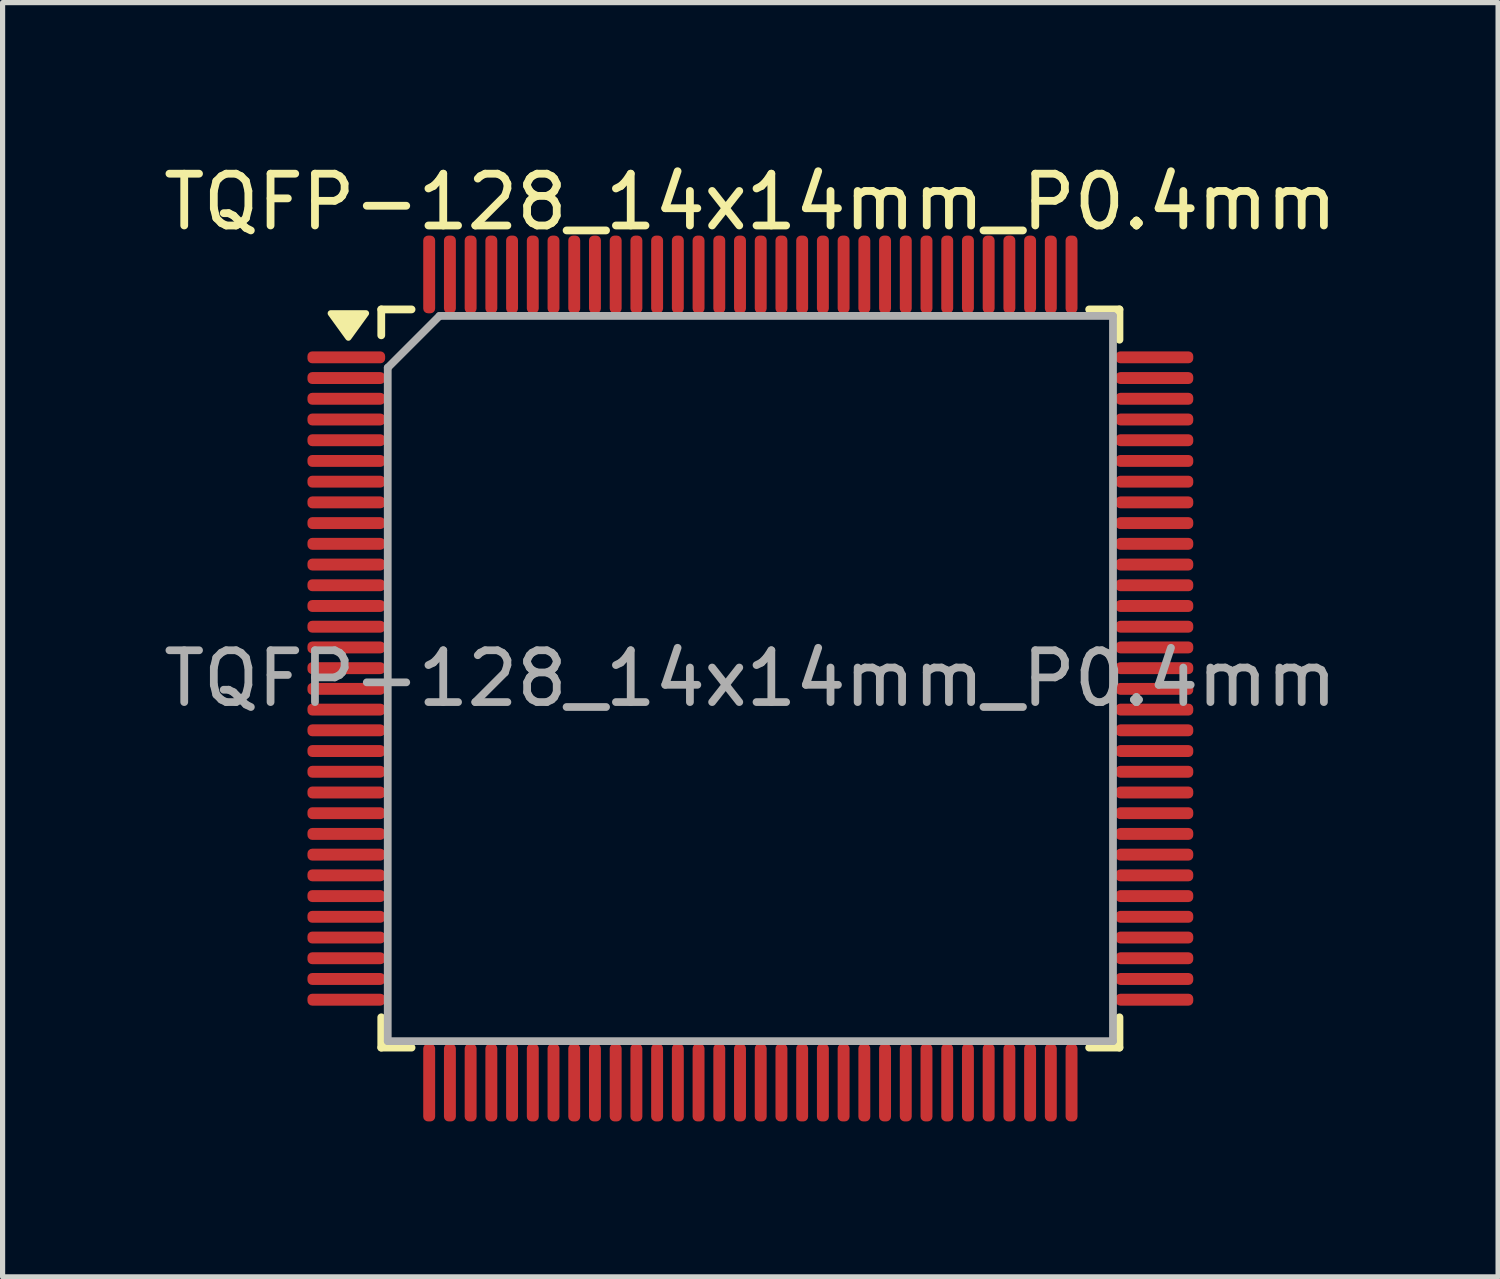
<source format=kicad_pcb>
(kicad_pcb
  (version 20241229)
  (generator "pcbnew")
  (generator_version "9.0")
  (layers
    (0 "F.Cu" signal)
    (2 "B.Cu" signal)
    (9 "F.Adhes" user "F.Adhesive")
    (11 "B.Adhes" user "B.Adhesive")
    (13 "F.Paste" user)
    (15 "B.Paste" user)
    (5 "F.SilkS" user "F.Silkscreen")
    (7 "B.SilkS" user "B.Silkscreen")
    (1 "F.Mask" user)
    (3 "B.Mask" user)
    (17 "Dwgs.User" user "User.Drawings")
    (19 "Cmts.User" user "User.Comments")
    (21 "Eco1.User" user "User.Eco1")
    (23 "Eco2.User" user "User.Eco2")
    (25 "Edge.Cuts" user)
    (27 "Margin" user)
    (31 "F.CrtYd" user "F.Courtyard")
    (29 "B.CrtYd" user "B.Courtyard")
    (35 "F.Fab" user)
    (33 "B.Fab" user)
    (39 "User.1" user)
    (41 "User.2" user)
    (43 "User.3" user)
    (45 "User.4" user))
  (footprint "TQFP-128_14x14mm_P0.4mm"
    (layer "F.Cu")
    (at 11.435 10.048)
    (property "Reference" "TQFP-128_14x14mm_P0.4mm" (at 0 -9.2 0) (layer "F.SilkS") (effects (font (size 1 1) (thickness 0.15))))
    (attr smd)
    (fp_line (start -7.125 -7.125) (end -7.125 -6.625) (stroke (width 0.15) (type solid)) (layer "F.SilkS"))
    (fp_line (start -7.125 -7.125) (end -6.54 -7.125) (stroke (width 0.15) (type solid)) (layer "F.SilkS"))
    (fp_line (start -7.125 7.125) (end -7.125 6.54) (stroke (width 0.15) (type solid)) (layer "F.SilkS"))
    (fp_line (start -7.125 7.125) (end -6.54 7.125) (stroke (width 0.15) (type solid)) (layer "F.SilkS"))
    (fp_line (start 7.125 -7.125) (end 6.54 -7.125) (stroke (width 0.15) (type solid)) (layer "F.SilkS"))
    (fp_line (start 7.125 -7.125) (end 7.125 -6.54) (stroke (width 0.15) (type solid)) (layer "F.SilkS"))
    (fp_line (start 7.125 7.125) (end 6.54 7.125) (stroke (width 0.15) (type solid)) (layer "F.SilkS"))
    (fp_line (start 7.125 7.125) (end 7.125 6.54) (stroke (width 0.15) (type solid)) (layer "F.SilkS"))
    (fp_poly (pts (xy -7.76 -6.58) (xy -8.1 -7.05) (xy -7.42 -7.05) (xy -7.76 -6.58)) (stroke (width 0.12) (type solid)) (fill yes) (layer "F.SilkS"))
    (fp_line (start -7 -6) (end -6 -7) (stroke (width 0.15) (type solid)) (layer "F.Fab"))
    (fp_line (start -7 7) (end -7 -6) (stroke (width 0.15) (type solid)) (layer "F.Fab"))
    (fp_line (start -6 -7) (end 7 -7) (stroke (width 0.15) (type solid)) (layer "F.Fab"))
    (fp_line (start 7 -7) (end 7 7) (stroke (width 0.15) (type solid)) (layer "F.Fab"))
    (fp_line (start 7 7) (end -7 7) (stroke (width 0.15) (type solid)) (layer "F.Fab"))
    (fp_text user "${REFERENCE}" (at 0 0 0) (layer "F.Fab") (effects (font (size 1 1) (thickness 0.15))))
    (pad "1" smd roundrect (at -7.8 -6.2) (size 1.5 0.23) (layers "F.Cu" "F.Mask" "F.Paste") (roundrect_rratio 0.4))
    (pad "2" smd roundrect (at -7.8 -5.8) (size 1.5 0.23) (layers "F.Cu" "F.Mask" "F.Paste") (roundrect_rratio 0.4))
    (pad "3" smd roundrect (at -7.8 -5.4) (size 1.5 0.23) (layers "F.Cu" "F.Mask" "F.Paste") (roundrect_rratio 0.4))
    (pad "4" smd roundrect (at -7.8 -5) (size 1.5 0.23) (layers "F.Cu" "F.Mask" "F.Paste") (roundrect_rratio 0.4))
    (pad "5" smd roundrect (at -7.8 -4.6) (size 1.5 0.23) (layers "F.Cu" "F.Mask" "F.Paste") (roundrect_rratio 0.4))
    (pad "6" smd roundrect (at -7.8 -4.2) (size 1.5 0.23) (layers "F.Cu" "F.Mask" "F.Paste") (roundrect_rratio 0.4))
    (pad "7" smd roundrect (at -7.8 -3.8) (size 1.5 0.23) (layers "F.Cu" "F.Mask" "F.Paste") (roundrect_rratio 0.4))
    (pad "8" smd roundrect (at -7.8 -3.4) (size 1.5 0.23) (layers "F.Cu" "F.Mask" "F.Paste") (roundrect_rratio 0.4))
    (pad "9" smd roundrect (at -7.8 -3) (size 1.5 0.23) (layers "F.Cu" "F.Mask" "F.Paste") (roundrect_rratio 0.4))
    (pad "10" smd roundrect (at -7.8 -2.6) (size 1.5 0.23) (layers "F.Cu" "F.Mask" "F.Paste") (roundrect_rratio 0.4))
    (pad "11" smd roundrect (at -7.8 -2.2) (size 1.5 0.23) (layers "F.Cu" "F.Mask" "F.Paste") (roundrect_rratio 0.4))
    (pad "12" smd roundrect (at -7.8 -1.8) (size 1.5 0.23) (layers "F.Cu" "F.Mask" "F.Paste") (roundrect_rratio 0.4))
    (pad "13" smd roundrect (at -7.8 -1.4) (size 1.5 0.23) (layers "F.Cu" "F.Mask" "F.Paste") (roundrect_rratio 0.4))
    (pad "14" smd roundrect (at -7.8 -1) (size 1.5 0.23) (layers "F.Cu" "F.Mask" "F.Paste") (roundrect_rratio 0.4))
    (pad "15" smd roundrect (at -7.8 -0.6) (size 1.5 0.23) (layers "F.Cu" "F.Mask" "F.Paste") (roundrect_rratio 0.4))
    (pad "16" smd roundrect (at -7.8 -0.2) (size 1.5 0.23) (layers "F.Cu" "F.Mask" "F.Paste") (roundrect_rratio 0.4))
    (pad "17" smd roundrect (at -7.8 0.2) (size 1.5 0.23) (layers "F.Cu" "F.Mask" "F.Paste") (roundrect_rratio 0.4))
    (pad "18" smd roundrect (at -7.8 0.6) (size 1.5 0.23) (layers "F.Cu" "F.Mask" "F.Paste") (roundrect_rratio 0.4))
    (pad "19" smd roundrect (at -7.8 1) (size 1.5 0.23) (layers "F.Cu" "F.Mask" "F.Paste") (roundrect_rratio 0.4))
    (pad "20" smd roundrect (at -7.8 1.4) (size 1.5 0.23) (layers "F.Cu" "F.Mask" "F.Paste") (roundrect_rratio 0.4))
    (pad "21" smd roundrect (at -7.8 1.8) (size 1.5 0.23) (layers "F.Cu" "F.Mask" "F.Paste") (roundrect_rratio 0.4))
    (pad "22" smd roundrect (at -7.8 2.2) (size 1.5 0.23) (layers "F.Cu" "F.Mask" "F.Paste") (roundrect_rratio 0.4))
    (pad "23" smd roundrect (at -7.8 2.6) (size 1.5 0.23) (layers "F.Cu" "F.Mask" "F.Paste") (roundrect_rratio 0.4))
    (pad "24" smd roundrect (at -7.8 3) (size 1.5 0.23) (layers "F.Cu" "F.Mask" "F.Paste") (roundrect_rratio 0.4))
    (pad "25" smd roundrect (at -7.8 3.4) (size 1.5 0.23) (layers "F.Cu" "F.Mask" "F.Paste") (roundrect_rratio 0.4))
    (pad "26" smd roundrect (at -7.8 3.8) (size 1.5 0.23) (layers "F.Cu" "F.Mask" "F.Paste") (roundrect_rratio 0.4))
    (pad "27" smd roundrect (at -7.8 4.2) (size 1.5 0.23) (layers "F.Cu" "F.Mask" "F.Paste") (roundrect_rratio 0.4))
    (pad "28" smd roundrect (at -7.8 4.6) (size 1.5 0.23) (layers "F.Cu" "F.Mask" "F.Paste") (roundrect_rratio 0.4))
    (pad "29" smd roundrect (at -7.8 5) (size 1.5 0.23) (layers "F.Cu" "F.Mask" "F.Paste") (roundrect_rratio 0.4))
    (pad "30" smd roundrect (at -7.8 5.4) (size 1.5 0.23) (layers "F.Cu" "F.Mask" "F.Paste") (roundrect_rratio 0.4))
    (pad "31" smd roundrect (at -7.8 5.8) (size 1.5 0.23) (layers "F.Cu" "F.Mask" "F.Paste") (roundrect_rratio 0.4))
    (pad "32" smd roundrect (at -7.8 6.2) (size 1.5 0.23) (layers "F.Cu" "F.Mask" "F.Paste") (roundrect_rratio 0.4))
    (pad "33" smd roundrect (at -6.2 7.8 90) (size 1.5 0.23) (layers "F.Cu" "F.Mask" "F.Paste") (roundrect_rratio 0.4))
    (pad "34" smd roundrect (at -5.8 7.8 90) (size 1.5 0.23) (layers "F.Cu" "F.Mask" "F.Paste") (roundrect_rratio 0.4))
    (pad "35" smd roundrect (at -5.4 7.8 90) (size 1.5 0.23) (layers "F.Cu" "F.Mask" "F.Paste") (roundrect_rratio 0.4))
    (pad "36" smd roundrect (at -5 7.8 90) (size 1.5 0.23) (layers "F.Cu" "F.Mask" "F.Paste") (roundrect_rratio 0.4))
    (pad "37" smd roundrect (at -4.6 7.8 90) (size 1.5 0.23) (layers "F.Cu" "F.Mask" "F.Paste") (roundrect_rratio 0.4))
    (pad "38" smd roundrect (at -4.2 7.8 90) (size 1.5 0.23) (layers "F.Cu" "F.Mask" "F.Paste") (roundrect_rratio 0.4))
    (pad "39" smd roundrect (at -3.8 7.8 90) (size 1.5 0.23) (layers "F.Cu" "F.Mask" "F.Paste") (roundrect_rratio 0.4))
    (pad "40" smd roundrect (at -3.4 7.8 90) (size 1.5 0.23) (layers "F.Cu" "F.Mask" "F.Paste") (roundrect_rratio 0.4))
    (pad "41" smd roundrect (at -3 7.8 90) (size 1.5 0.23) (layers "F.Cu" "F.Mask" "F.Paste") (roundrect_rratio 0.4))
    (pad "42" smd roundrect (at -2.6 7.8 90) (size 1.5 0.23) (layers "F.Cu" "F.Mask" "F.Paste") (roundrect_rratio 0.4))
    (pad "43" smd roundrect (at -2.2 7.8 90) (size 1.5 0.23) (layers "F.Cu" "F.Mask" "F.Paste") (roundrect_rratio 0.4))
    (pad "44" smd roundrect (at -1.8 7.8 90) (size 1.5 0.23) (layers "F.Cu" "F.Mask" "F.Paste") (roundrect_rratio 0.4))
    (pad "45" smd roundrect (at -1.4 7.8 90) (size 1.5 0.23) (layers "F.Cu" "F.Mask" "F.Paste") (roundrect_rratio 0.4))
    (pad "46" smd roundrect (at -1 7.8 90) (size 1.5 0.23) (layers "F.Cu" "F.Mask" "F.Paste") (roundrect_rratio 0.4))
    (pad "47" smd roundrect (at -0.6 7.8 90) (size 1.5 0.23) (layers "F.Cu" "F.Mask" "F.Paste") (roundrect_rratio 0.4))
    (pad "48" smd roundrect (at -0.2 7.8 90) (size 1.5 0.23) (layers "F.Cu" "F.Mask" "F.Paste") (roundrect_rratio 0.4))
    (pad "49" smd roundrect (at 0.2 7.8 90) (size 1.5 0.23) (layers "F.Cu" "F.Mask" "F.Paste") (roundrect_rratio 0.4))
    (pad "50" smd roundrect (at 0.6 7.8 90) (size 1.5 0.23) (layers "F.Cu" "F.Mask" "F.Paste") (roundrect_rratio 0.4))
    (pad "51" smd roundrect (at 1 7.8 90) (size 1.5 0.23) (layers "F.Cu" "F.Mask" "F.Paste") (roundrect_rratio 0.4))
    (pad "52" smd roundrect (at 1.4 7.8 90) (size 1.5 0.23) (layers "F.Cu" "F.Mask" "F.Paste") (roundrect_rratio 0.4))
    (pad "53" smd roundrect (at 1.8 7.8 90) (size 1.5 0.23) (layers "F.Cu" "F.Mask" "F.Paste") (roundrect_rratio 0.4))
    (pad "54" smd roundrect (at 2.2 7.8 90) (size 1.5 0.23) (layers "F.Cu" "F.Mask" "F.Paste") (roundrect_rratio 0.4))
    (pad "55" smd roundrect (at 2.6 7.8 90) (size 1.5 0.23) (layers "F.Cu" "F.Mask" "F.Paste") (roundrect_rratio 0.4))
    (pad "56" smd roundrect (at 3 7.8 90) (size 1.5 0.23) (layers "F.Cu" "F.Mask" "F.Paste") (roundrect_rratio 0.4))
    (pad "57" smd roundrect (at 3.4 7.8 90) (size 1.5 0.23) (layers "F.Cu" "F.Mask" "F.Paste") (roundrect_rratio 0.4))
    (pad "58" smd roundrect (at 3.8 7.8 90) (size 1.5 0.23) (layers "F.Cu" "F.Mask" "F.Paste") (roundrect_rratio 0.4))
    (pad "59" smd roundrect (at 4.2 7.8 90) (size 1.5 0.23) (layers "F.Cu" "F.Mask" "F.Paste") (roundrect_rratio 0.4))
    (pad "60" smd roundrect (at 4.6 7.8 90) (size 1.5 0.23) (layers "F.Cu" "F.Mask" "F.Paste") (roundrect_rratio 0.4))
    (pad "61" smd roundrect (at 5 7.8 90) (size 1.5 0.23) (layers "F.Cu" "F.Mask" "F.Paste") (roundrect_rratio 0.4))
    (pad "62" smd roundrect (at 5.4 7.8 90) (size 1.5 0.23) (layers "F.Cu" "F.Mask" "F.Paste") (roundrect_rratio 0.4))
    (pad "63" smd roundrect (at 5.8 7.8 90) (size 1.5 0.23) (layers "F.Cu" "F.Mask" "F.Paste") (roundrect_rratio 0.4))
    (pad "64" smd roundrect (at 6.2 7.8 90) (size 1.5 0.23) (layers "F.Cu" "F.Mask" "F.Paste") (roundrect_rratio 0.4))
    (pad "65" smd roundrect (at 7.8 6.2) (size 1.5 0.23) (layers "F.Cu" "F.Mask" "F.Paste") (roundrect_rratio 0.4))
    (pad "66" smd roundrect (at 7.8 5.8) (size 1.5 0.23) (layers "F.Cu" "F.Mask" "F.Paste") (roundrect_rratio 0.4))
    (pad "67" smd roundrect (at 7.8 5.4) (size 1.5 0.23) (layers "F.Cu" "F.Mask" "F.Paste") (roundrect_rratio 0.4))
    (pad "68" smd roundrect (at 7.8 5) (size 1.5 0.23) (layers "F.Cu" "F.Mask" "F.Paste") (roundrect_rratio 0.4))
    (pad "69" smd roundrect (at 7.8 4.6) (size 1.5 0.23) (layers "F.Cu" "F.Mask" "F.Paste") (roundrect_rratio 0.4))
    (pad "70" smd roundrect (at 7.8 4.2) (size 1.5 0.23) (layers "F.Cu" "F.Mask" "F.Paste") (roundrect_rratio 0.4))
    (pad "71" smd roundrect (at 7.8 3.8) (size 1.5 0.23) (layers "F.Cu" "F.Mask" "F.Paste") (roundrect_rratio 0.4))
    (pad "72" smd roundrect (at 7.8 3.4) (size 1.5 0.23) (layers "F.Cu" "F.Mask" "F.Paste") (roundrect_rratio 0.4))
    (pad "73" smd roundrect (at 7.8 3) (size 1.5 0.23) (layers "F.Cu" "F.Mask" "F.Paste") (roundrect_rratio 0.4))
    (pad "74" smd roundrect (at 7.8 2.6) (size 1.5 0.23) (layers "F.Cu" "F.Mask" "F.Paste") (roundrect_rratio 0.4))
    (pad "75" smd roundrect (at 7.8 2.2) (size 1.5 0.23) (layers "F.Cu" "F.Mask" "F.Paste") (roundrect_rratio 0.4))
    (pad "76" smd roundrect (at 7.8 1.8) (size 1.5 0.23) (layers "F.Cu" "F.Mask" "F.Paste") (roundrect_rratio 0.4))
    (pad "77" smd roundrect (at 7.8 1.4) (size 1.5 0.23) (layers "F.Cu" "F.Mask" "F.Paste") (roundrect_rratio 0.4))
    (pad "78" smd roundrect (at 7.8 1) (size 1.5 0.23) (layers "F.Cu" "F.Mask" "F.Paste") (roundrect_rratio 0.4))
    (pad "79" smd roundrect (at 7.8 0.6) (size 1.5 0.23) (layers "F.Cu" "F.Mask" "F.Paste") (roundrect_rratio 0.4))
    (pad "80" smd roundrect (at 7.8 0.2) (size 1.5 0.23) (layers "F.Cu" "F.Mask" "F.Paste") (roundrect_rratio 0.4))
    (pad "81" smd roundrect (at 7.8 -0.2) (size 1.5 0.23) (layers "F.Cu" "F.Mask" "F.Paste") (roundrect_rratio 0.4))
    (pad "82" smd roundrect (at 7.8 -0.6) (size 1.5 0.23) (layers "F.Cu" "F.Mask" "F.Paste") (roundrect_rratio 0.4))
    (pad "83" smd roundrect (at 7.8 -1) (size 1.5 0.23) (layers "F.Cu" "F.Mask" "F.Paste") (roundrect_rratio 0.4))
    (pad "84" smd roundrect (at 7.8 -1.4) (size 1.5 0.23) (layers "F.Cu" "F.Mask" "F.Paste") (roundrect_rratio 0.4))
    (pad "85" smd roundrect (at 7.8 -1.8) (size 1.5 0.23) (layers "F.Cu" "F.Mask" "F.Paste") (roundrect_rratio 0.4))
    (pad "86" smd roundrect (at 7.8 -2.2) (size 1.5 0.23) (layers "F.Cu" "F.Mask" "F.Paste") (roundrect_rratio 0.4))
    (pad "87" smd roundrect (at 7.8 -2.6) (size 1.5 0.23) (layers "F.Cu" "F.Mask" "F.Paste") (roundrect_rratio 0.4))
    (pad "88" smd roundrect (at 7.8 -3) (size 1.5 0.23) (layers "F.Cu" "F.Mask" "F.Paste") (roundrect_rratio 0.4))
    (pad "89" smd roundrect (at 7.8 -3.4) (size 1.5 0.23) (layers "F.Cu" "F.Mask" "F.Paste") (roundrect_rratio 0.4))
    (pad "90" smd roundrect (at 7.8 -3.8) (size 1.5 0.23) (layers "F.Cu" "F.Mask" "F.Paste") (roundrect_rratio 0.4))
    (pad "91" smd roundrect (at 7.8 -4.2) (size 1.5 0.23) (layers "F.Cu" "F.Mask" "F.Paste") (roundrect_rratio 0.4))
    (pad "92" smd roundrect (at 7.8 -4.6) (size 1.5 0.23) (layers "F.Cu" "F.Mask" "F.Paste") (roundrect_rratio 0.4))
    (pad "93" smd roundrect (at 7.8 -5) (size 1.5 0.23) (layers "F.Cu" "F.Mask" "F.Paste") (roundrect_rratio 0.4))
    (pad "94" smd roundrect (at 7.8 -5.4) (size 1.5 0.23) (layers "F.Cu" "F.Mask" "F.Paste") (roundrect_rratio 0.4))
    (pad "95" smd roundrect (at 7.8 -5.8) (size 1.5 0.23) (layers "F.Cu" "F.Mask" "F.Paste") (roundrect_rratio 0.4))
    (pad "96" smd roundrect (at 7.8 -6.2) (size 1.5 0.23) (layers "F.Cu" "F.Mask" "F.Paste") (roundrect_rratio 0.4))
    (pad "97" smd roundrect (at 6.2 -7.8 90) (size 1.5 0.23) (layers "F.Cu" "F.Mask" "F.Paste") (roundrect_rratio 0.4))
    (pad "98" smd roundrect (at 5.8 -7.8 90) (size 1.5 0.23) (layers "F.Cu" "F.Mask" "F.Paste") (roundrect_rratio 0.4))
    (pad "99" smd roundrect (at 5.4 -7.8 90) (size 1.5 0.23) (layers "F.Cu" "F.Mask" "F.Paste") (roundrect_rratio 0.4))
    (pad "100" smd roundrect (at 5 -7.8 90) (size 1.5 0.23) (layers "F.Cu" "F.Mask" "F.Paste") (roundrect_rratio 0.4))
    (pad "101" smd roundrect (at 4.6 -7.8 90) (size 1.5 0.23) (layers "F.Cu" "F.Mask" "F.Paste") (roundrect_rratio 0.4))
    (pad "102" smd roundrect (at 4.2 -7.8 90) (size 1.5 0.23) (layers "F.Cu" "F.Mask" "F.Paste") (roundrect_rratio 0.4))
    (pad "103" smd roundrect (at 3.8 -7.8 90) (size 1.5 0.23) (layers "F.Cu" "F.Mask" "F.Paste") (roundrect_rratio 0.4))
    (pad "104" smd roundrect (at 3.4 -7.8 90) (size 1.5 0.23) (layers "F.Cu" "F.Mask" "F.Paste") (roundrect_rratio 0.4))
    (pad "105" smd roundrect (at 3 -7.8 90) (size 1.5 0.23) (layers "F.Cu" "F.Mask" "F.Paste") (roundrect_rratio 0.4))
    (pad "106" smd roundrect (at 2.6 -7.8 90) (size 1.5 0.23) (layers "F.Cu" "F.Mask" "F.Paste") (roundrect_rratio 0.4))
    (pad "107" smd roundrect (at 2.2 -7.8 90) (size 1.5 0.23) (layers "F.Cu" "F.Mask" "F.Paste") (roundrect_rratio 0.4))
    (pad "108" smd roundrect (at 1.8 -7.8 90) (size 1.5 0.23) (layers "F.Cu" "F.Mask" "F.Paste") (roundrect_rratio 0.4))
    (pad "109" smd roundrect (at 1.4 -7.8 90) (size 1.5 0.23) (layers "F.Cu" "F.Mask" "F.Paste") (roundrect_rratio 0.4))
    (pad "110" smd roundrect (at 1 -7.8 90) (size 1.5 0.23) (layers "F.Cu" "F.Mask" "F.Paste") (roundrect_rratio 0.4))
    (pad "111" smd roundrect (at 0.6 -7.8 90) (size 1.5 0.23) (layers "F.Cu" "F.Mask" "F.Paste") (roundrect_rratio 0.4))
    (pad "112" smd roundrect (at 0.2 -7.8 90) (size 1.5 0.23) (layers "F.Cu" "F.Mask" "F.Paste") (roundrect_rratio 0.4))
    (pad "113" smd roundrect (at -0.2 -7.8 90) (size 1.5 0.23) (layers "F.Cu" "F.Mask" "F.Paste") (roundrect_rratio 0.4))
    (pad "114" smd roundrect (at -0.6 -7.8 90) (size 1.5 0.23) (layers "F.Cu" "F.Mask" "F.Paste") (roundrect_rratio 0.4))
    (pad "115" smd roundrect (at -1 -7.8 90) (size 1.5 0.23) (layers "F.Cu" "F.Mask" "F.Paste") (roundrect_rratio 0.4))
    (pad "116" smd roundrect (at -1.4 -7.8 90) (size 1.5 0.23) (layers "F.Cu" "F.Mask" "F.Paste") (roundrect_rratio 0.4))
    (pad "117" smd roundrect (at -1.8 -7.8 90) (size 1.5 0.23) (layers "F.Cu" "F.Mask" "F.Paste") (roundrect_rratio 0.4))
    (pad "118" smd roundrect (at -2.2 -7.8 90) (size 1.5 0.23) (layers "F.Cu" "F.Mask" "F.Paste") (roundrect_rratio 0.4))
    (pad "119" smd roundrect (at -2.6 -7.8 90) (size 1.5 0.23) (layers "F.Cu" "F.Mask" "F.Paste") (roundrect_rratio 0.4))
    (pad "120" smd roundrect (at -3 -7.8 90) (size 1.5 0.23) (layers "F.Cu" "F.Mask" "F.Paste") (roundrect_rratio 0.4))
    (pad "121" smd roundrect (at -3.4 -7.8 90) (size 1.5 0.23) (layers "F.Cu" "F.Mask" "F.Paste") (roundrect_rratio 0.4))
    (pad "122" smd roundrect (at -3.8 -7.8 90) (size 1.5 0.23) (layers "F.Cu" "F.Mask" "F.Paste") (roundrect_rratio 0.4))
    (pad "123" smd roundrect (at -4.2 -7.8 90) (size 1.5 0.23) (layers "F.Cu" "F.Mask" "F.Paste") (roundrect_rratio 0.4))
    (pad "124" smd roundrect (at -4.6 -7.8 90) (size 1.5 0.23) (layers "F.Cu" "F.Mask" "F.Paste") (roundrect_rratio 0.4))
    (pad "125" smd roundrect (at -5 -7.8 90) (size 1.5 0.23) (layers "F.Cu" "F.Mask" "F.Paste") (roundrect_rratio 0.4))
    (pad "126" smd roundrect (at -5.4 -7.8 90) (size 1.5 0.23) (layers "F.Cu" "F.Mask" "F.Paste") (roundrect_rratio 0.4))
    (pad "127" smd roundrect (at -5.8 -7.8 90) (size 1.5 0.23) (layers "F.Cu" "F.Mask" "F.Paste") (roundrect_rratio 0.4))
    (pad "128" smd roundrect (at -6.2 -7.8 90) (size 1.5 0.23) (layers "F.Cu" "F.Mask" "F.Paste") (roundrect_rratio 0.4)))
  (gr_rect
    (start -3 -3)
    (end 25.869 21.598)
    (stroke (width 0.1) (type default))
    (fill no)
    (layer "Edge.Cuts")))
</source>
